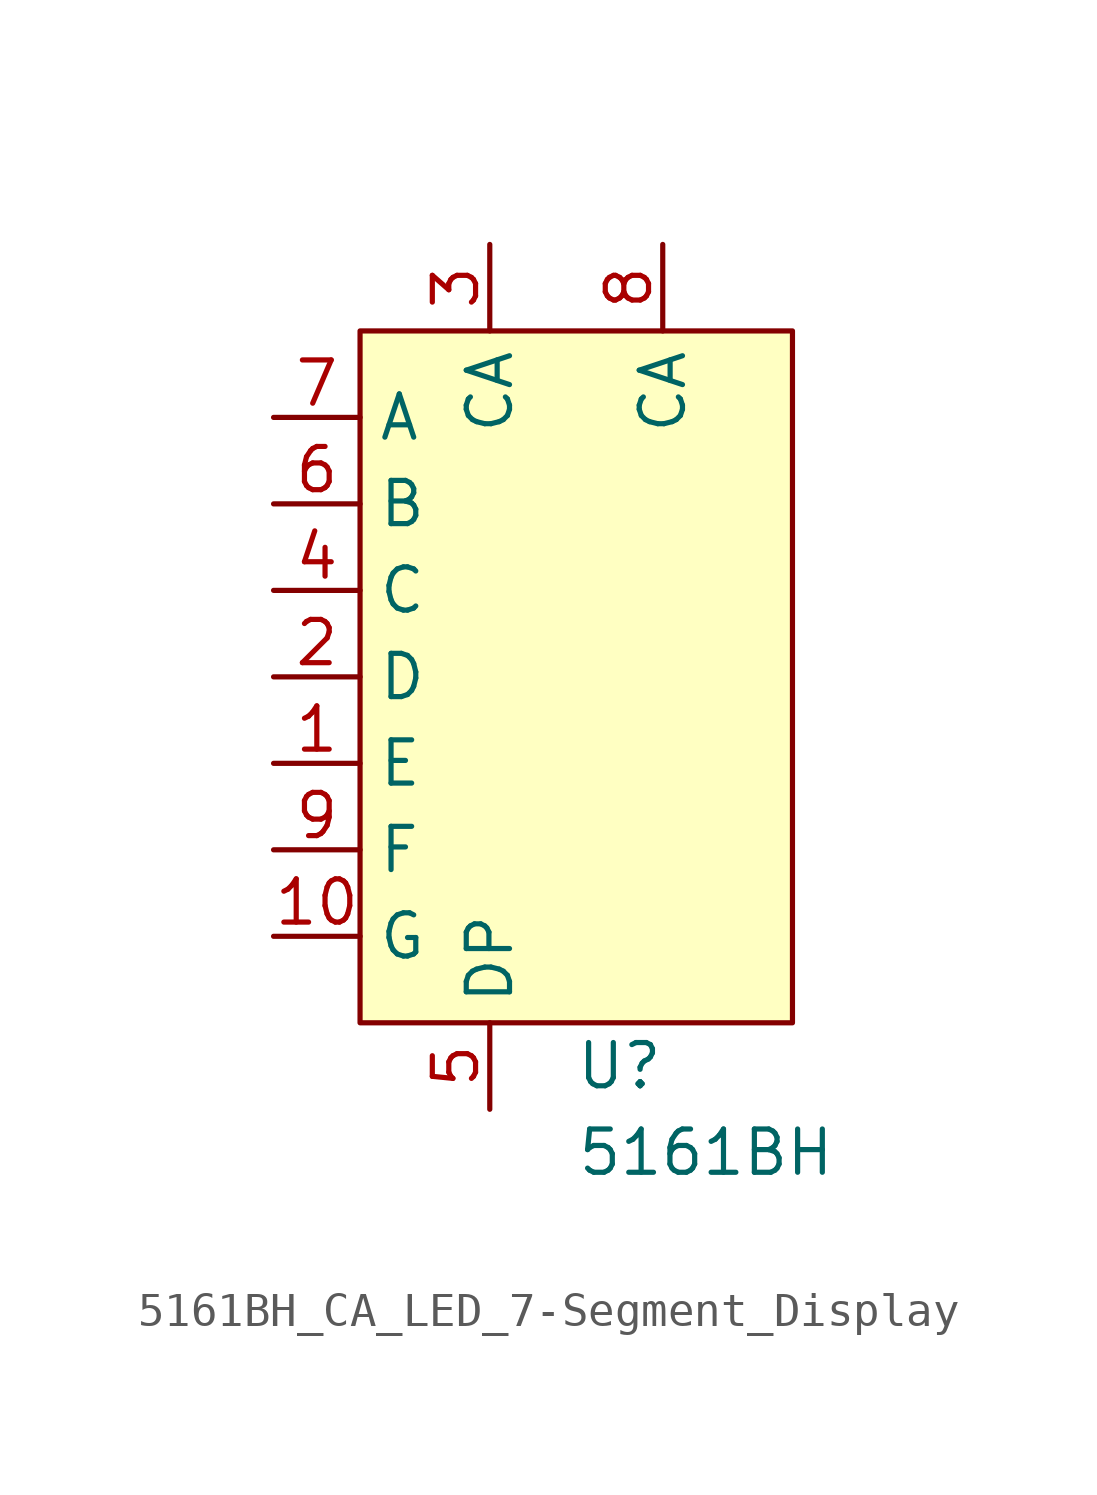
<source format=kicad_sym>
(kicad_symbol_lib
  (version 20220914)
  (generator kicad_symbol_editor)
  (symbol "5161BH_CA_LED_7-Segment_Display"
    (property "Reference" "U"
      (at 1.27 -17.78 0)
      (effects (font (size 1.27 1.27))))
    (property "Value" "5161BH"
      (at 3.81 -20.32 0)
      (effects (font (size 1.27 1.27))))
    (symbol "5161BH_CA_LED_7-Segment_Display_1_1"
      (rectangle (start -6.35 3.81) (end 6.35 -16.51) (stroke (width 0) (type default)) (fill (type background)))
      (pin input line (at -8.89 -8.89 0) (length 2.54) (name "E" (effects (font (size 1.27 1.27)))) (number "1" (effects (font (size 1.27 1.27)))))
      (pin input line (at -8.89 -13.97 0) (length 2.54) (name "G" (effects (font (size 1.27 1.27)))) (number "10" (effects (font (size 1.27 1.27)))))
      (pin input line (at -8.89 -6.35 0) (length 2.54) (name "D" (effects (font (size 1.27 1.27)))) (number "2" (effects (font (size 1.27 1.27)))))
      (pin input line (at -2.54 6.35 270) (length 2.54) (name "CA" (effects (font (size 1.27 1.27)))) (number "3" (effects (font (size 1.27 1.27)))))
      (pin input line (at -8.89 -3.81 0) (length 2.54) (name "C" (effects (font (size 1.27 1.27)))) (number "4" (effects (font (size 1.27 1.27)))))
      (pin input line (at -2.54 -19.05 90) (length 2.54) (name "DP" (effects (font (size 1.27 1.27)))) (number "5" (effects (font (size 1.27 1.27)))))
      (pin input line (at -8.89 -1.27 0) (length 2.54) (name "B" (effects (font (size 1.27 1.27)))) (number "6" (effects (font (size 1.27 1.27)))))
      (pin input line (at -8.89 1.27 0) (length 2.54) (name "A" (effects (font (size 1.27 1.27)))) (number "7" (effects (font (size 1.27 1.27)))))
      (pin input line (at 2.54 6.35 270) (length 2.54) (name "CA" (effects (font (size 1.27 1.27)))) (number "8" (effects (font (size 1.27 1.27)))))
      (pin input line (at -8.89 -11.43 0) (length 2.54) (name "F" (effects (font (size 1.27 1.27)))) (number "9" (effects (font (size 1.27 1.27))))))))
</source>
